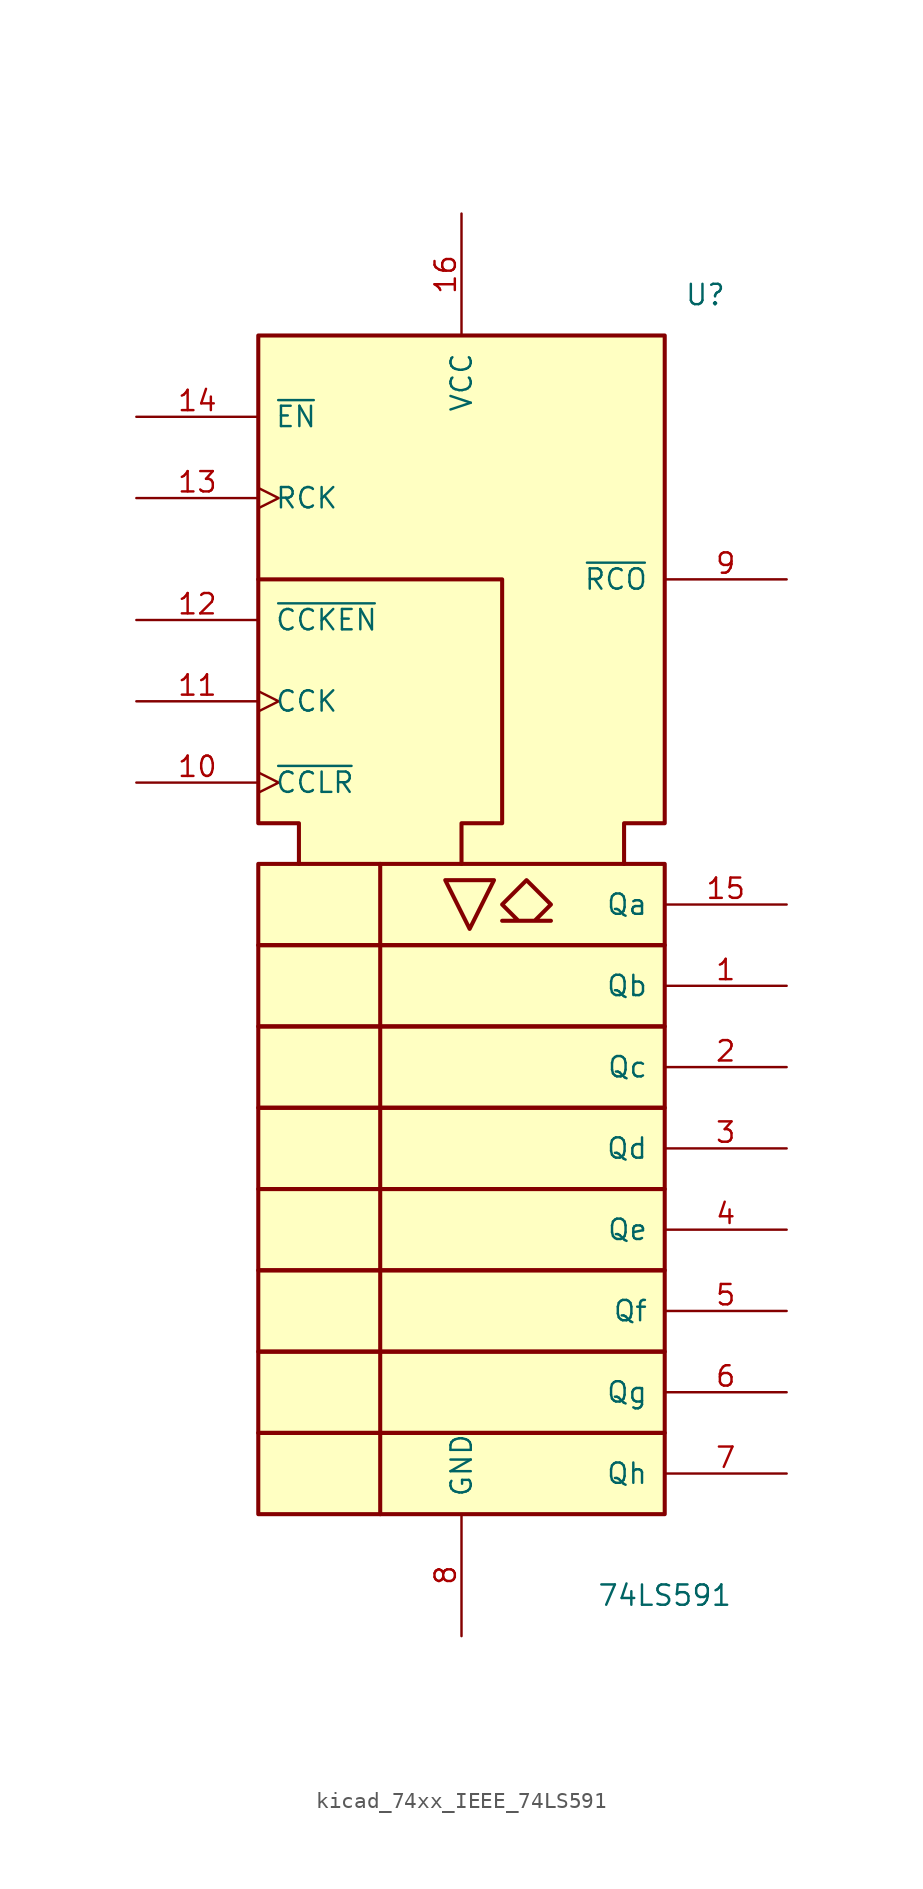
<source format=kicad_sym>
(kicad_symbol_lib
  (version 20220914)
  (generator kicad_symbol_editor)
  (symbol "kicad_74xx_IEEE_74LS591"
    (pin_names
      (offset 1.016))
    (property "Reference" "U"
      (at 15.24 40.64 0)
      (effects (font (size 1.27 1.27))))
    (property "Value" "74LS591"
      (at 12.7 -40.64 0)
      (effects (font (size 1.27 1.27))))
    (symbol "kicad_74xx_IEEE_74LS591_0_0"
      (rectangle (start -12.7 -30.48) (end 12.7 -35.56) (stroke (width 0.254) (type default)) (fill (type background)))
      (rectangle (start -12.7 -25.4) (end 12.7 -30.48) (stroke (width 0.254) (type default)) (fill (type background)))
      (rectangle (start -12.7 -20.32) (end 12.7 -25.4) (stroke (width 0.254) (type default)) (fill (type background)))
      (rectangle (start -12.7 -15.24) (end 12.7 -20.32) (stroke (width 0.254) (type default)) (fill (type background)))
      (rectangle (start -12.7 -10.16) (end 12.7 -15.24) (stroke (width 0.254) (type default)) (fill (type background)))
      (rectangle (start -12.7 -5.08) (end 12.7 -10.16) (stroke (width 0.254) (type default)) (fill (type background)))
      (rectangle (start -12.7 0) (end 12.7 -5.08) (stroke (width 0.254) (type default)) (fill (type background)))
      (rectangle (start -12.7 5.08) (end 12.7 0) (stroke (width 0.254) (type default)) (fill (type background)))
      (polyline (pts (xy -5.08 5.08) (xy -5.08 -35.56) (xy -5.08 -35.56)) (stroke (width 0.254) (type default)) (fill (type background)))
      (polyline (pts (xy -1.016 4.064) (xy 2.032 4.064) (xy 0.508 1.016) (xy -1.016 4.064) (xy -1.016 4.064)) (stroke (width 0.254) (type default)) (fill (type background)))
      (polyline (pts (xy -12.7 22.86) (xy 2.54 22.86) (xy 2.54 7.62) (xy 0 7.62) (xy 0 5.08) (xy 0 5.08)) (stroke (width 0.254) (type default)) (fill (type background)))
      (polyline (pts (xy -10.16 5.08) (xy -10.16 7.62) (xy -12.7 7.62) (xy -12.7 38.1) (xy 12.7 38.1) (xy 12.7 7.62) (xy 10.16 7.62) (xy 10.16 5.08) (xy 10.16 5.08)) (stroke (width 0.254) (type default)) (fill (type background)))
      (polyline (pts (xy 4.064 4.064) (xy 5.588 2.54) (xy 4.572 1.524) (xy 5.588 1.524) (xy 2.54 1.524) (xy 3.556 1.524) (xy 2.54 2.54) (xy 4.064 4.064) (xy 4.064 4.064)) (stroke (width 0.254) (type default)) (fill (type background))))
    (symbol "kicad_74xx_IEEE_74LS591_0_1"
      (pin power_in line (at 0 45.72 270) (length 7.62) (name "VCC" (effects (font (size 1.27 1.27)))) (number "16" (effects (font (size 1.27 1.27)))))
      (pin power_in line (at 0 -43.18 90) (length 7.62) (name "GND" (effects (font (size 1.27 1.27)))) (number "8" (effects (font (size 1.27 1.27))))))
    (symbol "kicad_74xx_IEEE_74LS591_1_1"
      (pin output line (at 20.32 -2.54 180) (length 7.62) (name "Qb" (effects (font (size 1.27 1.27)))) (number "1" (effects (font (size 1.27 1.27)))))
      (pin input clock (at -20.32 10.16 0) (length 7.62) (name "~{CCLR}" (effects (font (size 1.27 1.27)))) (number "10" (effects (font (size 1.27 1.27)))))
      (pin input clock (at -20.32 15.24 0) (length 7.62) (name "CCK" (effects (font (size 1.27 1.27)))) (number "11" (effects (font (size 1.27 1.27)))))
      (pin input line (at -20.32 20.32 0) (length 7.62) (name "~{CCKEN}" (effects (font (size 1.27 1.27)))) (number "12" (effects (font (size 1.27 1.27)))))
      (pin input clock (at -20.32 27.94 0) (length 7.62) (name "RCK" (effects (font (size 1.27 1.27)))) (number "13" (effects (font (size 1.27 1.27)))))
      (pin input line (at -20.32 33.02 0) (length 7.62) (name "~{EN}" (effects (font (size 1.27 1.27)))) (number "14" (effects (font (size 1.27 1.27)))))
      (pin output line (at 20.32 2.54 180) (length 7.62) (name "Qa" (effects (font (size 1.27 1.27)))) (number "15" (effects (font (size 1.27 1.27)))))
      (pin output line (at 20.32 -7.62 180) (length 7.62) (name "Qc" (effects (font (size 1.27 1.27)))) (number "2" (effects (font (size 1.27 1.27)))))
      (pin output line (at 20.32 -12.7 180) (length 7.62) (name "Qd" (effects (font (size 1.27 1.27)))) (number "3" (effects (font (size 1.27 1.27)))))
      (pin output line (at 20.32 -17.78 180) (length 7.62) (name "Qe" (effects (font (size 1.27 1.27)))) (number "4" (effects (font (size 1.27 1.27)))))
      (pin output line (at 20.32 -22.86 180) (length 7.62) (name "Qf" (effects (font (size 1.27 1.27)))) (number "5" (effects (font (size 1.27 1.27)))))
      (pin output line (at 20.32 -27.94 180) (length 7.62) (name "Qg" (effects (font (size 1.27 1.27)))) (number "6" (effects (font (size 1.27 1.27)))))
      (pin output line (at 20.32 -33.02 180) (length 7.62) (name "Qh" (effects (font (size 1.27 1.27)))) (number "7" (effects (font (size 1.27 1.27)))))
      (pin output line (at 20.32 22.86 180) (length 7.62) (name "~{RCO}" (effects (font (size 1.27 1.27)))) (number "9" (effects (font (size 1.27 1.27))))))))
</source>
